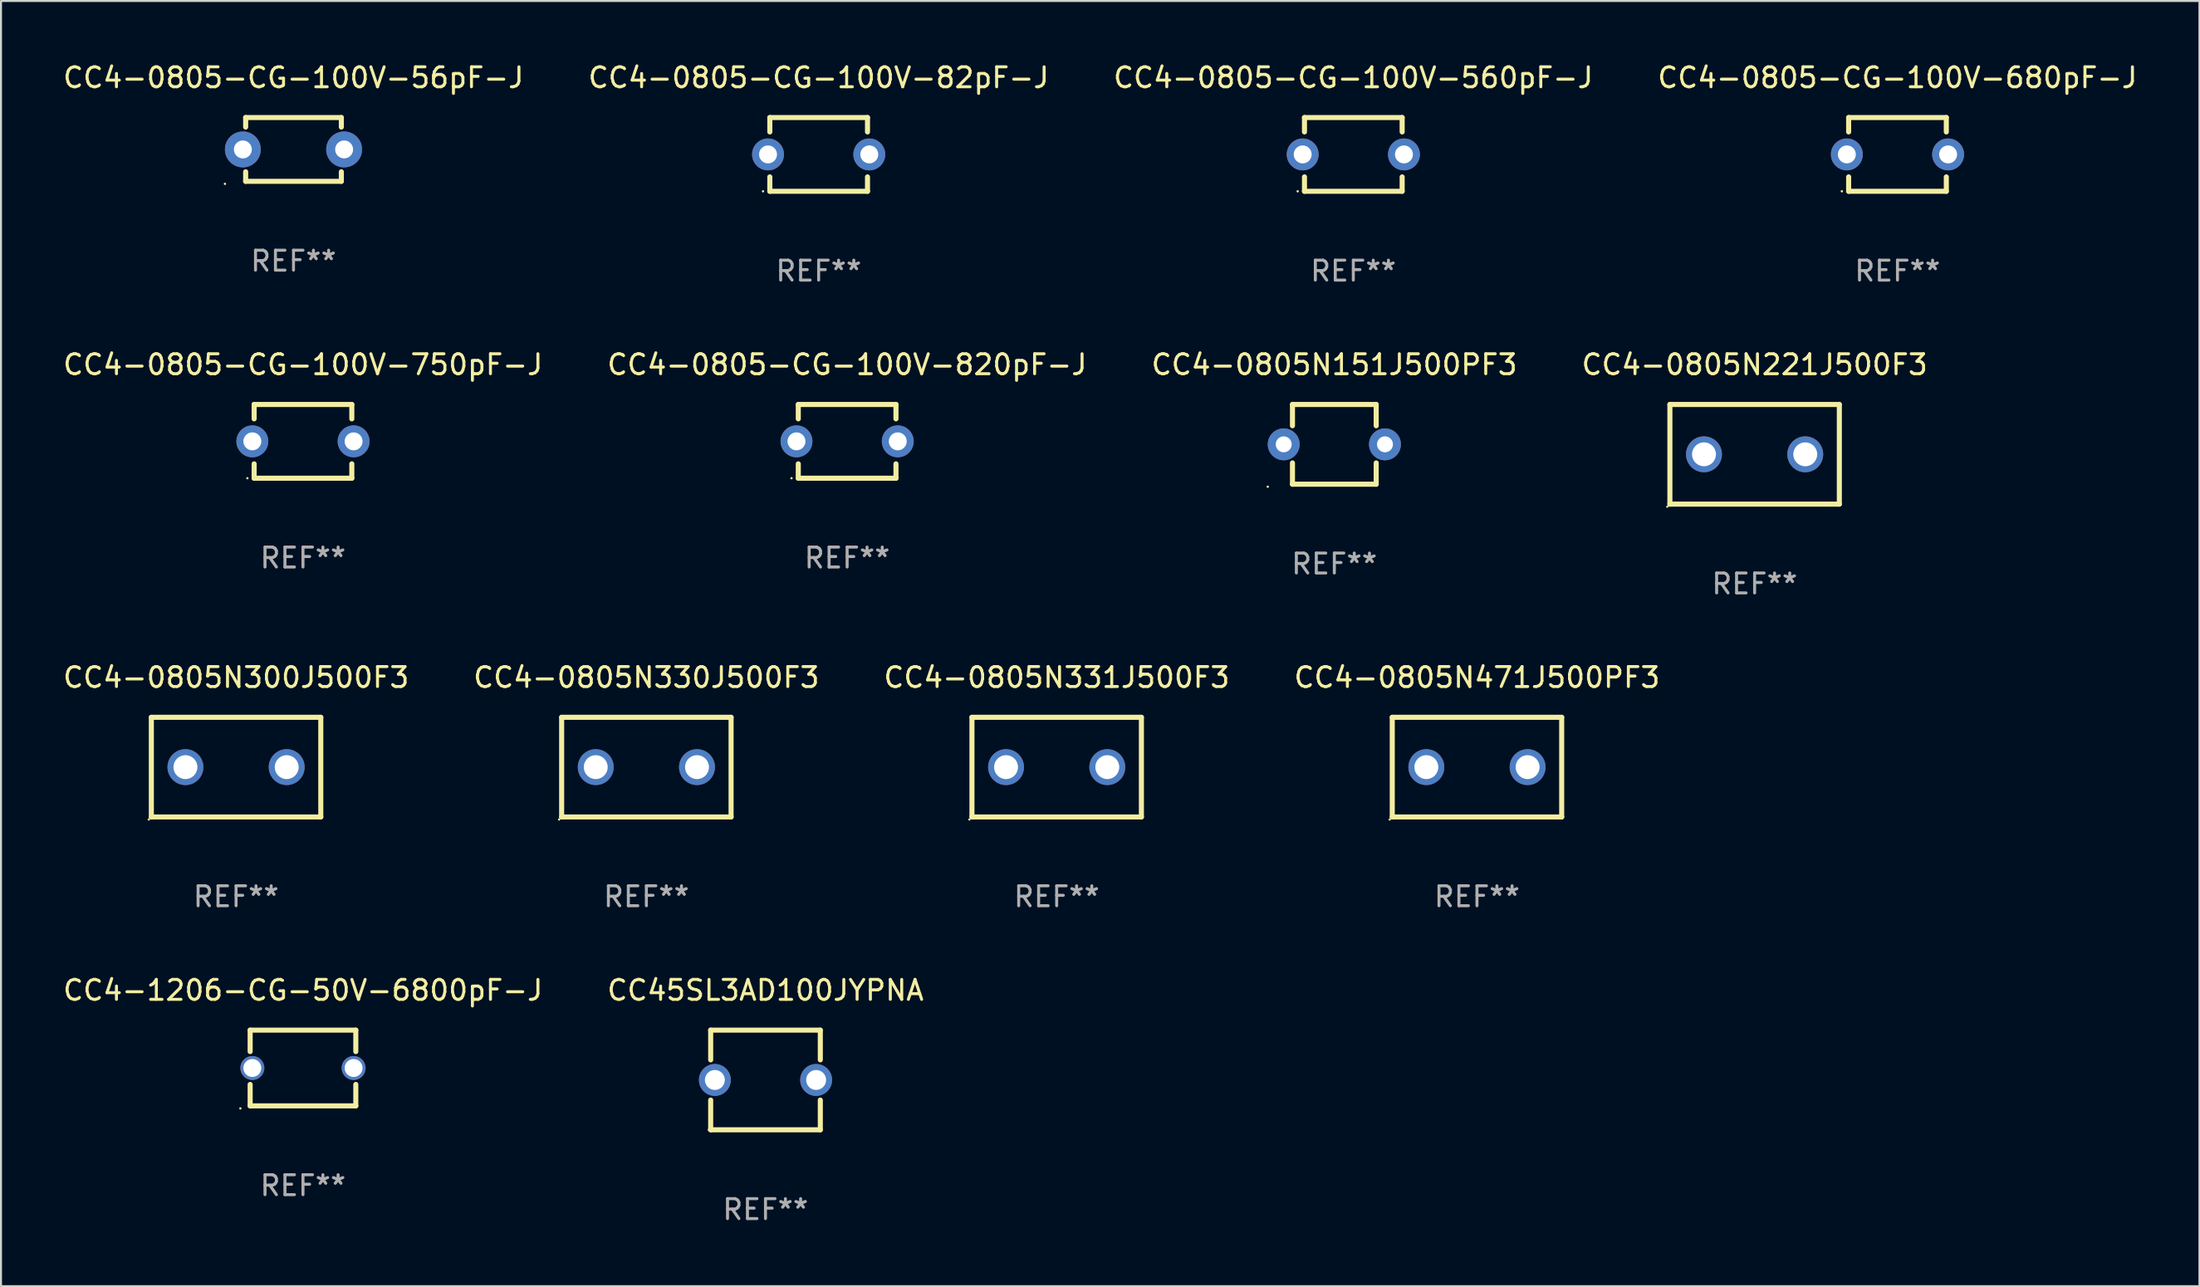
<source format=kicad_pcb>
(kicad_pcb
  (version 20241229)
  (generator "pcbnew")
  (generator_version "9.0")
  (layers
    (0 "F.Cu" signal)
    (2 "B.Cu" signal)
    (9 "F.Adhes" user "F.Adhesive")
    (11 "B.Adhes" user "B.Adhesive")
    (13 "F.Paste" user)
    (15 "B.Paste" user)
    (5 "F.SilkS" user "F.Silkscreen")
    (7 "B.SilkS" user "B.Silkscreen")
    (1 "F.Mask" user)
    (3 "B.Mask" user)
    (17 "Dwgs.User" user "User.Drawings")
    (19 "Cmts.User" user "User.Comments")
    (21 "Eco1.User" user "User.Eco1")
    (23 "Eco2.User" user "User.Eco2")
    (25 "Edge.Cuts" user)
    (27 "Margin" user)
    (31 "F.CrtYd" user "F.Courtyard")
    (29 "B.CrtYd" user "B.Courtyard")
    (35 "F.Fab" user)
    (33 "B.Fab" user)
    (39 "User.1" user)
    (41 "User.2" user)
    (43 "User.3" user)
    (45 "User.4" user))
  (footprint "CC4-0805N151J500PF3"
    (layer "F.Cu")
    (at 63.887 19.245)
    (property "Reference" "CC4-0805N151J500PF3" (at 0 -4 0) (layer "F.SilkS") (effects (font (size 1 1) (thickness 0.15))))
    (attr through_hole)
    (fp_line (start -2.1 -2) (end -2.1 -0.932) (stroke (width 0.254) (type solid)) (layer "F.SilkS"))
    (fp_line (start -2.1 -2) (end 2.1 -2) (stroke (width 0.254) (type solid)) (layer "F.SilkS"))
    (fp_line (start -2.1 0.932) (end -2.1 2) (stroke (width 0.254) (type solid)) (layer "F.SilkS"))
    (fp_line (start -2.1 2) (end 2.1 2) (stroke (width 0.254) (type solid)) (layer "F.SilkS"))
    (fp_line (start 2.1 -2) (end 2.1 -0.932) (stroke (width 0.254) (type solid)) (layer "F.SilkS"))
    (fp_line (start 2.1 0.932) (end 2.1 2) (stroke (width 0.254) (type solid)) (layer "F.SilkS"))
    (fp_circle (center -3.34 2.127) (end -3.31 2.127) (stroke (width 0.06) (type solid)) (fill no) (layer "F.SilkS"))
    (fp_text user "REF**" (at 0 6 0) (layer "F.Fab") (effects (font (size 1 1) (thickness 0.15))))
    (pad "1" thru_hole circle (at -2.54 0) (size 1.6 1.6) (drill 0.8) (layers "*.Cu" "*.Mask"))
    (pad "2" thru_hole circle (at 2.54 0) (size 1.6 1.6) (drill 0.8) (layers "*.Cu" "*.Mask")))
  (footprint "CC4-0805N330J500F3"
    (layer "F.Cu")
    (at 29.375 35.441)
    (property "Reference" "CC4-0805N330J500F3" (at 0 -4.5 0) (layer "F.SilkS") (effects (font (size 1 1) (thickness 0.15))))
    (attr through_hole)
    (fp_line (start -4.25 -2.5) (end 4.25 -2.5) (stroke (width 0.254) (type solid)) (layer "F.SilkS"))
    (fp_line (start -4.25 2.5) (end -4.25 -2.5) (stroke (width 0.254) (type solid)) (layer "F.SilkS"))
    (fp_line (start 4.25 -2.5) (end 4.25 2.5) (stroke (width 0.254) (type solid)) (layer "F.SilkS"))
    (fp_line (start 4.25 2.5) (end -4.25 2.5) (stroke (width 0.254) (type solid)) (layer "F.SilkS"))
    (fp_circle (center -4.377 2.627) (end -4.347 2.627) (stroke (width 0.06) (type solid)) (fill no) (layer "F.SilkS"))
    (fp_text user "REF**" (at 0 6.5 0) (layer "F.Fab") (effects (font (size 1 1) (thickness 0.15))))
    (pad "1" thru_hole circle (at -2.54 0) (size 1.8 1.8) (drill 1.2) (layers "*.Cu" "*.Mask"))
    (pad "2" thru_hole circle (at 2.54 0) (size 1.8 1.8) (drill 1.2) (layers "*.Cu" "*.Mask")))
  (footprint "CC4-0805-CG-100V-750pF-J"
    (layer "F.Cu")
    (at 12.149 19.095)
    (property "Reference" "CC4-0805-CG-100V-750pF-J" (at 0 -3.85 0) (layer "F.SilkS") (effects (font (size 1 1) (thickness 0.15))))
    (attr through_hole)
    (fp_line (start -2.45 -1.85) (end 2.45 -1.85) (stroke (width 0.254) (type solid)) (layer "F.SilkS"))
    (fp_line (start -2.45 -1.128) (end -2.45 -1.85) (stroke (width 0.254) (type solid)) (layer "F.SilkS"))
    (fp_line (start -2.45 1.85) (end -2.45 1.128) (stroke (width 0.254) (type solid)) (layer "F.SilkS"))
    (fp_line (start 2.45 -1.85) (end 2.45 -1.128) (stroke (width 0.254) (type solid)) (layer "F.SilkS"))
    (fp_line (start 2.45 1.128) (end 2.45 1.85) (stroke (width 0.254) (type solid)) (layer "F.SilkS"))
    (fp_line (start 2.45 1.85) (end -2.45 1.85) (stroke (width 0.254) (type solid)) (layer "F.SilkS"))
    (fp_circle (center -2.79 1.85) (end -2.76 1.85) (stroke (width 0.06) (type solid)) (fill no) (layer "F.SilkS"))
    (fp_text user "REF**" (at 0 5.85 0) (layer "F.Fab") (effects (font (size 1 1) (thickness 0.15))))
    (pad "1" thru_hole circle (at -2.54 0) (size 1.6 1.6) (drill 0.9) (layers "*.Cu" "*.Mask"))
    (pad "2" thru_hole circle (at 2.54 0) (size 1.6 1.6) (drill 0.9) (layers "*.Cu" "*.Mask")))
  (footprint "CC4-0805N471J500PF3"
    (layer "F.Cu")
    (at 71.042 35.441)
    (property "Reference" "CC4-0805N471J500PF3" (at 0 -4.5 0) (layer "F.SilkS") (effects (font (size 1 1) (thickness 0.15))))
    (attr through_hole)
    (fp_line (start -4.25 -2.5) (end 4.25 -2.5) (stroke (width 0.254) (type solid)) (layer "F.SilkS"))
    (fp_line (start -4.25 2.5) (end -4.25 -2.5) (stroke (width 0.254) (type solid)) (layer "F.SilkS"))
    (fp_line (start 4.25 -2.5) (end 4.25 2.5) (stroke (width 0.254) (type solid)) (layer "F.SilkS"))
    (fp_line (start 4.25 2.5) (end -4.25 2.5) (stroke (width 0.254) (type solid)) (layer "F.SilkS"))
    (fp_circle (center -4.377 2.627) (end -4.347 2.627) (stroke (width 0.06) (type solid)) (fill no) (layer "F.SilkS"))
    (fp_text user "REF**" (at 0 6.5 0) (layer "F.Fab") (effects (font (size 1 1) (thickness 0.15))))
    (pad "1" thru_hole circle (at -2.54 0) (size 1.8 1.8) (drill 1.2) (layers "*.Cu" "*.Mask"))
    (pad "2" thru_hole circle (at 2.54 0) (size 1.8 1.8) (drill 1.2) (layers "*.Cu" "*.Mask")))
  (footprint "CC4-0805-CG-100V-82pF-J"
    (layer "F.Cu")
    (at 38.018 4.698)
    (property "Reference" "CC4-0805-CG-100V-82pF-J" (at 0 -3.85 0) (layer "F.SilkS") (effects (font (size 1 1) (thickness 0.15))))
    (attr through_hole)
    (fp_line (start -2.45 -1.85) (end 2.45 -1.85) (stroke (width 0.254) (type solid)) (layer "F.SilkS"))
    (fp_line (start -2.45 -1.128) (end -2.45 -1.85) (stroke (width 0.254) (type solid)) (layer "F.SilkS"))
    (fp_line (start -2.45 1.85) (end -2.45 1.128) (stroke (width 0.254) (type solid)) (layer "F.SilkS"))
    (fp_line (start 2.45 -1.85) (end 2.45 -1.128) (stroke (width 0.254) (type solid)) (layer "F.SilkS"))
    (fp_line (start 2.45 1.128) (end 2.45 1.85) (stroke (width 0.254) (type solid)) (layer "F.SilkS"))
    (fp_line (start 2.45 1.85) (end -2.45 1.85) (stroke (width 0.254) (type solid)) (layer "F.SilkS"))
    (fp_circle (center -2.79 1.85) (end -2.76 1.85) (stroke (width 0.06) (type solid)) (fill no) (layer "F.SilkS"))
    (fp_text user "REF**" (at 0 5.85 0) (layer "F.Fab") (effects (font (size 1 1) (thickness 0.15))))
    (pad "1" thru_hole circle (at -2.54 0) (size 1.6 1.6) (drill 0.9) (layers "*.Cu" "*.Mask"))
    (pad "2" thru_hole circle (at 2.54 0) (size 1.6 1.6) (drill 0.9) (layers "*.Cu" "*.Mask")))
  (footprint "CC4-0805-CG-100V-820pF-J"
    (layer "F.Cu")
    (at 39.446 19.095)
    (property "Reference" "CC4-0805-CG-100V-820pF-J" (at 0 -3.85 0) (layer "F.SilkS") (effects (font (size 1 1) (thickness 0.15))))
    (attr through_hole)
    (fp_line (start -2.45 -1.85) (end 2.45 -1.85) (stroke (width 0.254) (type solid)) (layer "F.SilkS"))
    (fp_line (start -2.45 -1.128) (end -2.45 -1.85) (stroke (width 0.254) (type solid)) (layer "F.SilkS"))
    (fp_line (start -2.45 1.85) (end -2.45 1.128) (stroke (width 0.254) (type solid)) (layer "F.SilkS"))
    (fp_line (start 2.45 -1.85) (end 2.45 -1.128) (stroke (width 0.254) (type solid)) (layer "F.SilkS"))
    (fp_line (start 2.45 1.128) (end 2.45 1.85) (stroke (width 0.254) (type solid)) (layer "F.SilkS"))
    (fp_line (start 2.45 1.85) (end -2.45 1.85) (stroke (width 0.254) (type solid)) (layer "F.SilkS"))
    (fp_circle (center -2.79 1.85) (end -2.76 1.85) (stroke (width 0.06) (type solid)) (fill no) (layer "F.SilkS"))
    (fp_text user "REF**" (at 0 5.85 0) (layer "F.Fab") (effects (font (size 1 1) (thickness 0.15))))
    (pad "1" thru_hole circle (at -2.54 0) (size 1.6 1.6) (drill 0.9) (layers "*.Cu" "*.Mask"))
    (pad "2" thru_hole circle (at 2.54 0) (size 1.6 1.6) (drill 0.9) (layers "*.Cu" "*.Mask")))
  (footprint "CC4-0805N331J500F3"
    (layer "F.Cu")
    (at 49.958 35.441)
    (property "Reference" "CC4-0805N331J500F3" (at 0 -4.5 0) (layer "F.SilkS") (effects (font (size 1 1) (thickness 0.15))))
    (attr through_hole)
    (fp_line (start -4.25 -2.5) (end 4.25 -2.5) (stroke (width 0.254) (type solid)) (layer "F.SilkS"))
    (fp_line (start -4.25 2.5) (end -4.25 -2.5) (stroke (width 0.254) (type solid)) (layer "F.SilkS"))
    (fp_line (start 4.25 -2.5) (end 4.25 2.5) (stroke (width 0.254) (type solid)) (layer "F.SilkS"))
    (fp_line (start 4.25 2.5) (end -4.25 2.5) (stroke (width 0.254) (type solid)) (layer "F.SilkS"))
    (fp_circle (center -4.377 2.627) (end -4.347 2.627) (stroke (width 0.06) (type solid)) (fill no) (layer "F.SilkS"))
    (fp_text user "REF**" (at 0 6.5 0) (layer "F.Fab") (effects (font (size 1 1) (thickness 0.15))))
    (pad "1" thru_hole circle (at -2.54 0) (size 1.8 1.8) (drill 1.2) (layers "*.Cu" "*.Mask"))
    (pad "2" thru_hole circle (at 2.54 0) (size 1.8 1.8) (drill 1.2) (layers "*.Cu" "*.Mask")))
  (footprint "CC4-0805N221J500F3"
    (layer "F.Cu")
    (at 84.97 19.745)
    (property "Reference" "CC4-0805N221J500F3" (at 0 -4.5 0) (layer "F.SilkS") (effects (font (size 1 1) (thickness 0.15))))
    (attr through_hole)
    (fp_line (start -4.25 -2.5) (end 4.25 -2.5) (stroke (width 0.254) (type solid)) (layer "F.SilkS"))
    (fp_line (start -4.25 2.5) (end -4.25 -2.5) (stroke (width 0.254) (type solid)) (layer "F.SilkS"))
    (fp_line (start 4.25 -2.5) (end 4.25 2.5) (stroke (width 0.254) (type solid)) (layer "F.SilkS"))
    (fp_line (start 4.25 2.5) (end -4.25 2.5) (stroke (width 0.254) (type solid)) (layer "F.SilkS"))
    (fp_circle (center -4.377 2.627) (end -4.347 2.627) (stroke (width 0.06) (type solid)) (fill no) (layer "F.SilkS"))
    (fp_text user "REF**" (at 0 6.5 0) (layer "F.Fab") (effects (font (size 1 1) (thickness 0.15))))
    (pad "1" thru_hole circle (at -2.54 0) (size 1.8 1.8) (drill 1.2) (layers "*.Cu" "*.Mask"))
    (pad "2" thru_hole circle (at 2.54 0) (size 1.8 1.8) (drill 1.2) (layers "*.Cu" "*.Mask")))
  (footprint "CC4-1206-CG-50V-6800pF-J"
    (layer "F.Cu")
    (at 12.149 50.538)
    (property "Reference" "CC4-1206-CG-50V-6800pF-J" (at 0 -3.9 0) (layer "F.SilkS") (effects (font (size 1 1) (thickness 0.15))))
    (attr through_hole)
    (fp_line (start -2.65 -1.9) (end 2.65 -1.9) (stroke (width 0.254) (type solid)) (layer "F.SilkS"))
    (fp_line (start -2.65 -0.824) (end -2.65 -1.9) (stroke (width 0.254) (type solid)) (layer "F.SilkS"))
    (fp_line (start -2.65 1.9) (end -2.65 0.824) (stroke (width 0.254) (type solid)) (layer "F.SilkS"))
    (fp_line (start 2.65 -0.824) (end 2.65 -1.9) (stroke (width 0.254) (type solid)) (layer "F.SilkS"))
    (fp_line (start 2.65 1.9) (end -2.65 1.9) (stroke (width 0.254) (type solid)) (layer "F.SilkS"))
    (fp_line (start 2.65 1.9) (end 2.65 0.824) (stroke (width 0.254) (type solid)) (layer "F.SilkS"))
    (fp_circle (center -3.14 2.027) (end -3.11 2.027) (stroke (width 0.06) (type solid)) (fill no) (layer "F.SilkS"))
    (fp_text user "REF**" (at 0 5.9 0) (layer "F.Fab") (effects (font (size 1 1) (thickness 0.15))))
    (pad "1" thru_hole circle (at -2.54 0) (size 1.2 1.2) (drill 0.9) (layers "*.Cu" "*.Mask"))
    (pad "2" thru_hole circle (at 2.54 0) (size 1.2 1.2) (drill 0.9) (layers "*.Cu" "*.Mask")))
  (footprint "CC4-0805-CG-100V-560pF-J"
    (layer "F.Cu")
    (at 64.839 4.698)
    (property "Reference" "CC4-0805-CG-100V-560pF-J" (at 0 -3.85 0) (layer "F.SilkS") (effects (font (size 1 1) (thickness 0.15))))
    (attr through_hole)
    (fp_line (start -2.45 -1.85) (end 2.45 -1.85) (stroke (width 0.254) (type solid)) (layer "F.SilkS"))
    (fp_line (start -2.45 -1.128) (end -2.45 -1.85) (stroke (width 0.254) (type solid)) (layer "F.SilkS"))
    (fp_line (start -2.45 1.85) (end -2.45 1.128) (stroke (width 0.254) (type solid)) (layer "F.SilkS"))
    (fp_line (start 2.45 -1.85) (end 2.45 -1.128) (stroke (width 0.254) (type solid)) (layer "F.SilkS"))
    (fp_line (start 2.45 1.128) (end 2.45 1.85) (stroke (width 0.254) (type solid)) (layer "F.SilkS"))
    (fp_line (start 2.45 1.85) (end -2.45 1.85) (stroke (width 0.254) (type solid)) (layer "F.SilkS"))
    (fp_circle (center -2.79 1.85) (end -2.76 1.85) (stroke (width 0.06) (type solid)) (fill no) (layer "F.SilkS"))
    (fp_text user "REF**" (at 0 5.85 0) (layer "F.Fab") (effects (font (size 1 1) (thickness 0.15))))
    (pad "1" thru_hole circle (at -2.54 0) (size 1.6 1.6) (drill 0.9) (layers "*.Cu" "*.Mask"))
    (pad "2" thru_hole circle (at 2.54 0) (size 1.6 1.6) (drill 0.9) (layers "*.Cu" "*.Mask")))
  (footprint "CC4-0805N300J500F3"
    (layer "F.Cu")
    (at 8.792 35.441)
    (property "Reference" "CC4-0805N300J500F3" (at 0 -4.5 0) (layer "F.SilkS") (effects (font (size 1 1) (thickness 0.15))))
    (attr through_hole)
    (fp_line (start -4.25 -2.5) (end 4.25 -2.5) (stroke (width 0.254) (type solid)) (layer "F.SilkS"))
    (fp_line (start -4.25 2.5) (end -4.25 -2.5) (stroke (width 0.254) (type solid)) (layer "F.SilkS"))
    (fp_line (start 4.25 -2.5) (end 4.25 2.5) (stroke (width 0.254) (type solid)) (layer "F.SilkS"))
    (fp_line (start 4.25 2.5) (end -4.25 2.5) (stroke (width 0.254) (type solid)) (layer "F.SilkS"))
    (fp_circle (center -4.377 2.627) (end -4.347 2.627) (stroke (width 0.06) (type solid)) (fill no) (layer "F.SilkS"))
    (fp_text user "REF**" (at 0 6.5 0) (layer "F.Fab") (effects (font (size 1 1) (thickness 0.15))))
    (pad "1" thru_hole circle (at -2.54 0) (size 1.8 1.8) (drill 1.2) (layers "*.Cu" "*.Mask"))
    (pad "2" thru_hole circle (at 2.54 0) (size 1.8 1.8) (drill 1.2) (layers "*.Cu" "*.Mask")))
  (footprint "CC45SL3AD100JYPNA"
    (layer "F.Cu")
    (at 35.351 51.138)
    (property "Reference" "CC45SL3AD100JYPNA" (at 0 -4.5 0) (layer "F.SilkS") (effects (font (size 1 1) (thickness 0.15))))
    (attr through_hole)
    (fp_line (start -2.75 -2.5) (end -2.75 -1.009) (stroke (width 0.254) (type solid)) (layer "F.SilkS"))
    (fp_line (start -2.75 -2.5) (end 2.75 -2.5) (stroke (width 0.254) (type solid)) (layer "F.SilkS"))
    (fp_line (start -2.75 1.009) (end -2.75 2.5) (stroke (width 0.254) (type solid)) (layer "F.SilkS"))
    (fp_line (start -2.75 2.5) (end 2.75 2.5) (stroke (width 0.254) (type solid)) (layer "F.SilkS"))
    (fp_line (start 2.75 -2.5) (end 2.75 -1.009) (stroke (width 0.254) (type solid)) (layer "F.SilkS"))
    (fp_line (start 2.75 1.009) (end 2.75 2.5) (stroke (width 0.254) (type solid)) (layer "F.SilkS"))
    (fp_circle (center -2.84 2.5) (end -2.81 2.5) (stroke (width 0.06) (type solid)) (fill no) (layer "F.SilkS"))
    (fp_text user "REF**" (at 0 6.5 0) (layer "F.Fab") (effects (font (size 1 1) (thickness 0.15))))
    (pad "1" thru_hole circle (at -2.54 0) (size 1.6 1.6) (drill 1) (layers "*.Cu" "*.Mask"))
    (pad "2" thru_hole circle (at 2.54 0) (size 1.6 1.6) (drill 1) (layers "*.Cu" "*.Mask")))
  (footprint "CC4-0805-CG-100V-680pF-J"
    (layer "F.Cu")
    (at 92.137 4.698)
    (property "Reference" "CC4-0805-CG-100V-680pF-J" (at 0 -3.85 0) (layer "F.SilkS") (effects (font (size 1 1) (thickness 0.15))))
    (attr through_hole)
    (fp_line (start -2.45 -1.85) (end 2.45 -1.85) (stroke (width 0.254) (type solid)) (layer "F.SilkS"))
    (fp_line (start -2.45 -1.128) (end -2.45 -1.85) (stroke (width 0.254) (type solid)) (layer "F.SilkS"))
    (fp_line (start -2.45 1.85) (end -2.45 1.128) (stroke (width 0.254) (type solid)) (layer "F.SilkS"))
    (fp_line (start 2.45 -1.85) (end 2.45 -1.128) (stroke (width 0.254) (type solid)) (layer "F.SilkS"))
    (fp_line (start 2.45 1.128) (end 2.45 1.85) (stroke (width 0.254) (type solid)) (layer "F.SilkS"))
    (fp_line (start 2.45 1.85) (end -2.45 1.85) (stroke (width 0.254) (type solid)) (layer "F.SilkS"))
    (fp_circle (center -2.79 1.85) (end -2.76 1.85) (stroke (width 0.06) (type solid)) (fill no) (layer "F.SilkS"))
    (fp_text user "REF**" (at 0 5.85 0) (layer "F.Fab") (effects (font (size 1 1) (thickness 0.15))))
    (pad "1" thru_hole circle (at -2.54 0) (size 1.6 1.6) (drill 0.9) (layers "*.Cu" "*.Mask"))
    (pad "2" thru_hole circle (at 2.54 0) (size 1.6 1.6) (drill 0.9) (layers "*.Cu" "*.Mask")))
  (footprint "CC4-0805-CG-100V-56pF-J"
    (layer "F.Cu")
    (at 11.673 4.448)
    (property "Reference" "CC4-0805-CG-100V-56pF-J" (at 0 -3.6 0) (layer "F.SilkS") (effects (font (size 1 1) (thickness 0.15))))
    (attr through_hole)
    (fp_line (start -2.4 -1.122) (end -2.4 -1.6) (stroke (width 0.254) (type solid)) (layer "F.SilkS"))
    (fp_line (start -2.4 1.6) (end -2.4 1.122) (stroke (width 0.254) (type solid)) (layer "F.SilkS"))
    (fp_line (start -2.4 -1.6) (end 2.4 -1.6) (stroke (width 0.254) (type solid)) (layer "F.SilkS"))
    (fp_line (start 2.4 1.6) (end -2.4 1.6) (stroke (width 0.254) (type solid)) (layer "F.SilkS"))
    (fp_line (start 2.4 -1.6) (end 2.4 -1.122) (stroke (width 0.254) (type solid)) (layer "F.SilkS"))
    (fp_line (start 2.4 1.122) (end 2.4 1.6) (stroke (width 0.254) (type solid)) (layer "F.SilkS"))
    (fp_circle (center -3.44 1.727) (end -3.41 1.727) (stroke (width 0.06) (type solid)) (fill no) (layer "F.SilkS"))
    (fp_text user "REF**" (at 0 5.6 0) (layer "F.Fab") (effects (font (size 1 1) (thickness 0.15))))
    (pad "1" thru_hole circle (at -2.54 0) (size 1.8 1.8) (drill 0.9) (layers "*.Cu" "*.Mask"))
    (pad "2" thru_hole circle (at 2.54 0) (size 1.8 1.8) (drill 0.9) (layers "*.Cu" "*.Mask")))
  (gr_rect
    (start -3 -3)
    (end 107.286 61.486)
    (stroke (width 0.1) (type default))
    (fill no)
    (layer "Edge.Cuts")))
</source>
